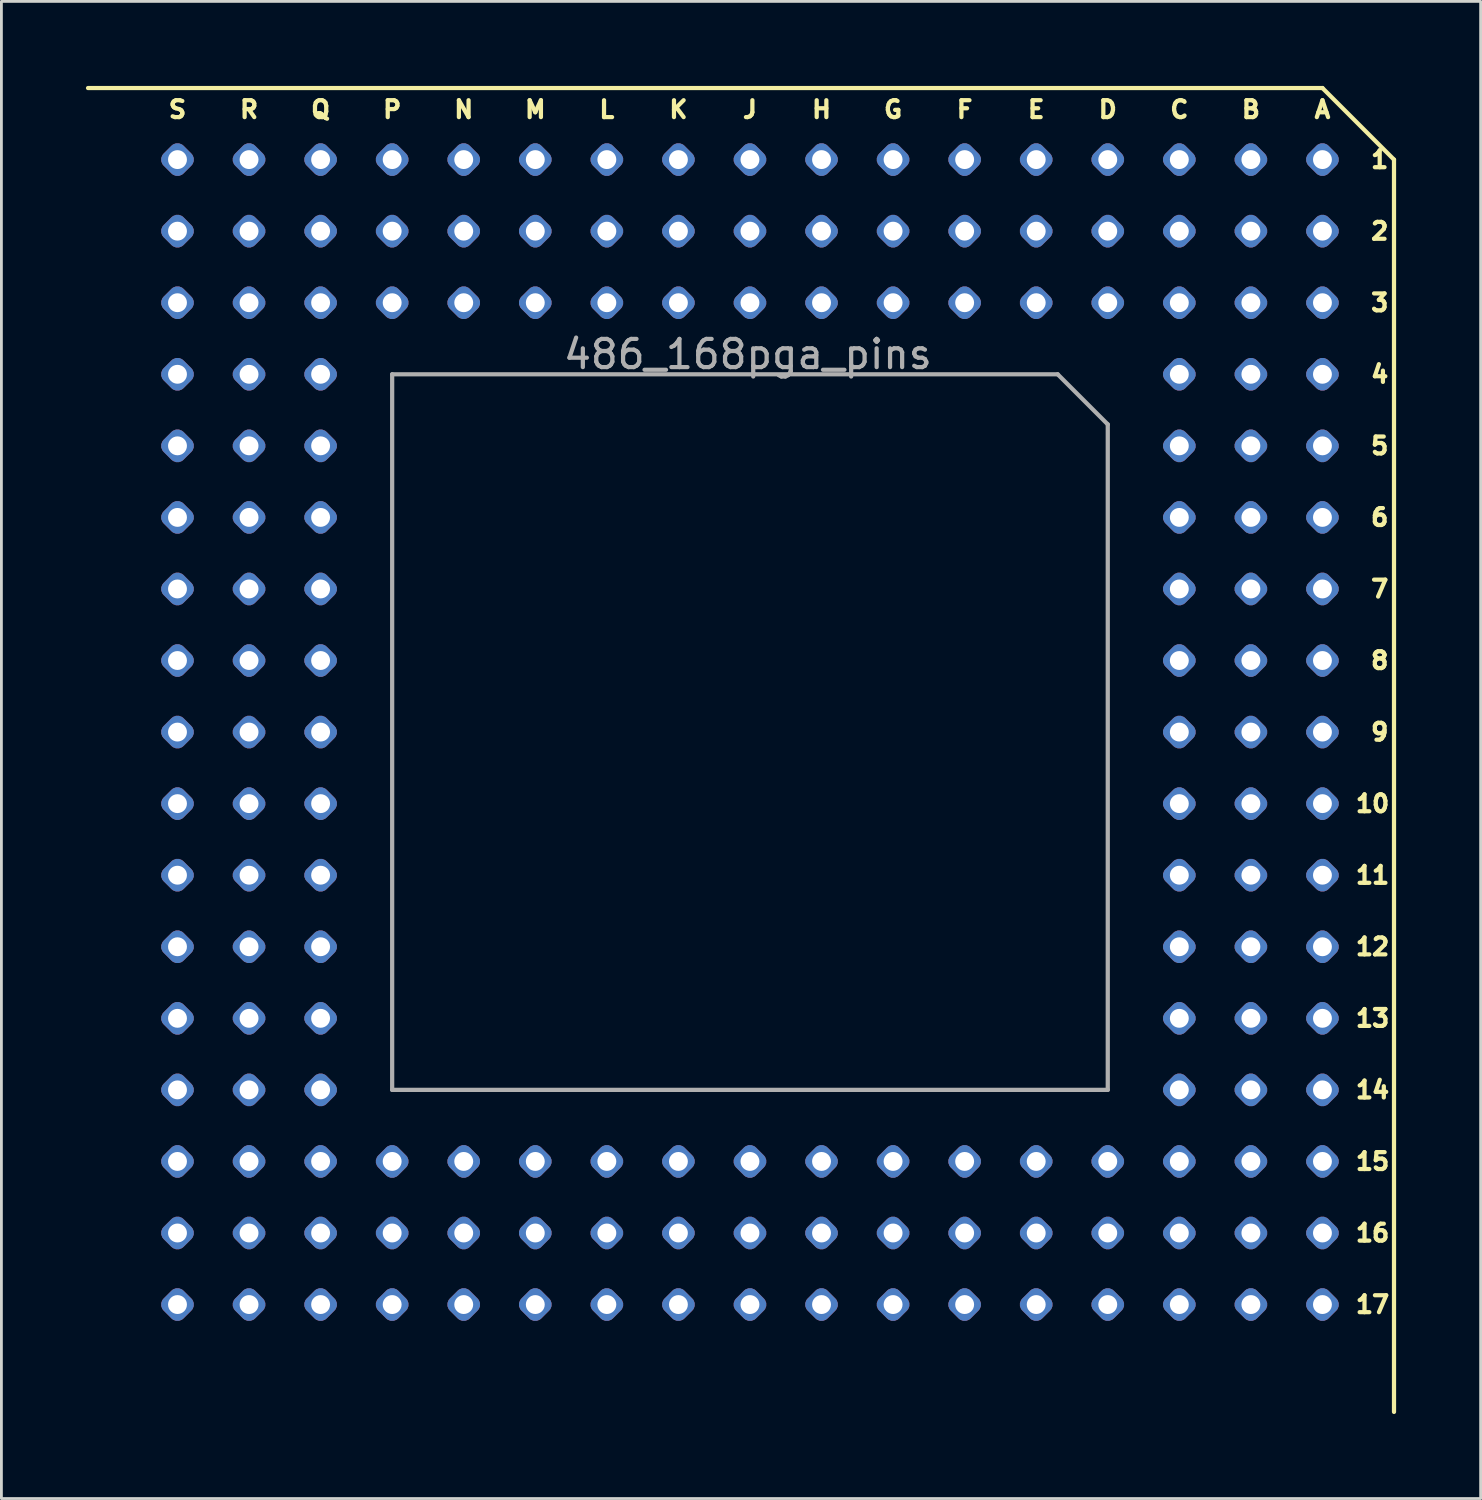
<source format=kicad_pcb>
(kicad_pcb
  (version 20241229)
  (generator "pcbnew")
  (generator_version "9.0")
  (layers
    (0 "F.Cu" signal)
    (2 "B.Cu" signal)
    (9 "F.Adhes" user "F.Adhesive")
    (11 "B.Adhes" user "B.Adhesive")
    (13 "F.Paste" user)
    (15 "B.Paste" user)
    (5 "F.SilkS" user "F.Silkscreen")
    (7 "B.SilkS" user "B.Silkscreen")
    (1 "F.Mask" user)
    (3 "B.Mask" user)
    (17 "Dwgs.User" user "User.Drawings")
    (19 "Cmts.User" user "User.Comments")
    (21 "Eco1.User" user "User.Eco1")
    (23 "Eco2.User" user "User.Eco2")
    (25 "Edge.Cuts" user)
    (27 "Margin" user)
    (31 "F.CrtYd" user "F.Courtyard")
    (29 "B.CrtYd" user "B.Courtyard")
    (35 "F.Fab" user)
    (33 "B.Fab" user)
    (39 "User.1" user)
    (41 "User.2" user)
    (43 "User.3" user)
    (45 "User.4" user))
  (footprint "486_168pga_pins"
    (layer "F.Cu")
    (at 43.89 2.615)
    (property "Reference" "486_168pga_pins" (at -20.395 6.91 0) (layer "F.Fab") (effects (font (size 1 1) (thickness 0.15))))
    (attr through_hole)
    (fp_line (start -43.815 -2.54) (end 0 -2.54) (stroke (width 0.15) (type solid)) (layer "F.SilkS"))
    (fp_line (start 0 -2.54) (end 2.54 0) (stroke (width 0.15) (type solid)) (layer "F.SilkS"))
    (fp_line (start 2.54 0) (end 2.54 44.45) (stroke (width 0.15) (type solid)) (layer "F.SilkS"))
    (fp_line (start -33.02 7.62) (end -33.02 33.02) (stroke (width 0.15) (type solid)) (layer "F.Fab"))
    (fp_line (start -33.02 33.02) (end -7.62 33.02) (stroke (width 0.15) (type solid)) (layer "F.Fab"))
    (fp_line (start -9.398 7.62) (end -33.02 7.62) (stroke (width 0.15) (type solid)) (layer "F.Fab"))
    (fp_line (start -9.398 7.62) (end -7.62 9.398) (stroke (width 0.15) (type solid)) (layer "F.Fab"))
    (fp_line (start -7.62 33.02) (end -7.62 9.398) (stroke (width 0.15) (type solid)) (layer "F.Fab"))
    (fp_text user "M" (at -27.94 -1.778 0) (layer "F.SilkS") (effects (font (size 0.6 0.6) (thickness 0.15))))
    (fp_text user "13" (at 1.778 30.48 0) (layer "F.SilkS") (effects (font (size 0.6 0.6) (thickness 0.15))))
    (fp_text user "15" (at 1.778 35.56 0) (layer "F.SilkS") (effects (font (size 0.6 0.6) (thickness 0.15))))
    (fp_text user "5" (at 2.032 10.16 0) (layer "F.SilkS") (effects (font (size 0.6 0.6) (thickness 0.15))))
    (fp_text user "12" (at 1.778 27.94 0) (layer "F.SilkS") (effects (font (size 0.6 0.6) (thickness 0.15))))
    (fp_text user "P" (at -33.02 -1.778 0) (layer "F.SilkS") (effects (font (size 0.6 0.6) (thickness 0.15))))
    (fp_text user "N" (at -30.48 -1.778 0) (layer "F.SilkS") (effects (font (size 0.6 0.6) (thickness 0.15))))
    (fp_text user "H" (at -17.78 -1.778 0) (layer "F.SilkS") (effects (font (size 0.6 0.6) (thickness 0.15))))
    (fp_text user "B" (at -2.54 -1.778 0) (layer "F.SilkS") (effects (font (size 0.6 0.6) (thickness 0.15))))
    (fp_text user "Q" (at -35.56 -1.778 0) (layer "F.SilkS") (effects (font (size 0.6 0.6) (thickness 0.15))))
    (fp_text user "A" (at 0 -1.778 0) (layer "F.SilkS") (effects (font (size 0.6 0.6) (thickness 0.15))))
    (fp_text user "S" (at -40.64 -1.778 0) (layer "F.SilkS") (effects (font (size 0.6 0.6) (thickness 0.15))))
    (fp_text user "J" (at -20.32 -1.778 0) (layer "F.SilkS") (effects (font (size 0.6 0.6) (thickness 0.15))))
    (fp_text user "F" (at -12.7 -1.778 0) (layer "F.SilkS") (effects (font (size 0.6 0.6) (thickness 0.15))))
    (fp_text user "R" (at -38.1 -1.778 0) (layer "F.SilkS") (effects (font (size 0.6 0.6) (thickness 0.15))))
    (fp_text user "K" (at -22.86 -1.778 0) (layer "F.SilkS") (effects (font (size 0.6 0.6) (thickness 0.15))))
    (fp_text user "3" (at 2.032 5.08 0) (layer "F.SilkS") (effects (font (size 0.6 0.6) (thickness 0.15))))
    (fp_text user "2" (at 2.032 2.54 0) (layer "F.SilkS") (effects (font (size 0.6 0.6) (thickness 0.15))))
    (fp_text user "11" (at 1.778 25.4 0) (layer "F.SilkS") (effects (font (size 0.6 0.6) (thickness 0.15))))
    (fp_text user "D" (at -7.62 -1.778 0) (layer "F.SilkS") (effects (font (size 0.6 0.6) (thickness 0.15))))
    (fp_text user "G" (at -15.24 -1.778 0) (layer "F.SilkS") (effects (font (size 0.6 0.6) (thickness 0.15))))
    (fp_text user "1" (at 2.032 0 0) (layer "F.SilkS") (effects (font (size 0.6 0.6) (thickness 0.15))))
    (fp_text user "7" (at 2.032 15.24 0) (layer "F.SilkS") (effects (font (size 0.6 0.6) (thickness 0.15))))
    (fp_text user "10" (at 1.778 22.86 0) (layer "F.SilkS") (effects (font (size 0.6 0.6) (thickness 0.15))))
    (fp_text user "16" (at 1.778 38.1 0) (layer "F.SilkS") (effects (font (size 0.6 0.6) (thickness 0.15))))
    (fp_text user "L" (at -25.4 -1.778 0) (layer "F.SilkS") (effects (font (size 0.6 0.6) (thickness 0.15))))
    (fp_text user "4" (at 2.032 7.62 0) (layer "F.SilkS") (effects (font (size 0.6 0.6) (thickness 0.15))))
    (fp_text user "E" (at -10.16 -1.778 0) (layer "F.SilkS") (effects (font (size 0.6 0.6) (thickness 0.15))))
    (fp_text user "6" (at 2.032 12.7 0) (layer "F.SilkS") (effects (font (size 0.6 0.6) (thickness 0.15))))
    (fp_text user "8" (at 2.032 17.78 0) (layer "F.SilkS") (effects (font (size 0.6 0.6) (thickness 0.15))))
    (fp_text user "17" (at 1.778 40.64 0) (layer "F.SilkS") (effects (font (size 0.6 0.6) (thickness 0.15))))
    (fp_text user "C" (at -5.08 -1.778 0) (layer "F.SilkS") (effects (font (size 0.6 0.6) (thickness 0.15))))
    (fp_text user "9" (at 2.032 20.32 0) (layer "F.SilkS") (effects (font (size 0.6 0.6) (thickness 0.15))))
    (fp_text user "14" (at 1.778 33.02 0) (layer "F.SilkS") (effects (font (size 0.6 0.6) (thickness 0.15))))
    (pad "A1" thru_hole roundrect (at 0 0 45) (size 1 1) (drill 0.67) (layers "*.Cu" "*.Mask") (roundrect_rratio 0.3))
    (pad "A2" thru_hole roundrect (at 0 2.54 45) (size 1 1) (drill 0.67) (layers "*.Cu" "*.Mask") (roundrect_rratio 0.3))
    (pad "A3" thru_hole roundrect (at 0 5.08 45) (size 1 1) (drill 0.67) (layers "*.Cu" "*.Mask") (roundrect_rratio 0.3))
    (pad "A4" thru_hole roundrect (at 0 7.62 45) (size 1 1) (drill 0.67) (layers "*.Cu" "*.Mask") (roundrect_rratio 0.3))
    (pad "A5" thru_hole roundrect (at 0 10.16 45) (size 1 1) (drill 0.67) (layers "*.Cu" "*.Mask") (roundrect_rratio 0.3))
    (pad "A6" thru_hole roundrect (at 0 12.7 45) (size 1 1) (drill 0.67) (layers "*.Cu" "*.Mask") (roundrect_rratio 0.3))
    (pad "A7" thru_hole roundrect (at 0 15.24 45) (size 1 1) (drill 0.67) (layers "*.Cu" "*.Mask") (roundrect_rratio 0.3))
    (pad "A8" thru_hole roundrect (at 0 17.78 45) (size 1 1) (drill 0.67) (layers "*.Cu" "*.Mask") (roundrect_rratio 0.3))
    (pad "A9" thru_hole roundrect (at 0 20.32 45) (size 1 1) (drill 0.67) (layers "*.Cu" "*.Mask") (roundrect_rratio 0.3))
    (pad "A10" thru_hole roundrect (at 0 22.86 45) (size 1 1) (drill 0.67) (layers "*.Cu" "*.Mask") (roundrect_rratio 0.3))
    (pad "A11" thru_hole roundrect (at 0 25.4 45) (size 1 1) (drill 0.67) (layers "*.Cu" "*.Mask") (roundrect_rratio 0.3))
    (pad "A12" thru_hole roundrect (at 0 27.94 45) (size 1 1) (drill 0.67) (layers "*.Cu" "*.Mask") (roundrect_rratio 0.3))
    (pad "A13" thru_hole roundrect (at 0 30.48 45) (size 1 1) (drill 0.67) (layers "*.Cu" "*.Mask") (roundrect_rratio 0.3))
    (pad "A14" thru_hole roundrect (at 0 33.02 45) (size 1 1) (drill 0.67) (layers "*.Cu" "*.Mask") (roundrect_rratio 0.3))
    (pad "A15" thru_hole roundrect (at 0 35.56 45) (size 1 1) (drill 0.67) (layers "*.Cu" "*.Mask") (roundrect_rratio 0.3))
    (pad "A16" thru_hole roundrect (at 0 38.1 45) (size 1 1) (drill 0.67) (layers "*.Cu" "*.Mask") (roundrect_rratio 0.3))
    (pad "A17" thru_hole roundrect (at 0 40.64 45) (size 1 1) (drill 0.67) (layers "*.Cu" "*.Mask") (roundrect_rratio 0.3))
    (pad "B1" thru_hole roundrect (at -2.54 0 45) (size 1 1) (drill 0.67) (layers "*.Cu" "*.Mask") (roundrect_rratio 0.3))
    (pad "B2" thru_hole roundrect (at -2.54 2.54 45) (size 1 1) (drill 0.67) (layers "*.Cu" "*.Mask") (roundrect_rratio 0.3))
    (pad "B3" thru_hole roundrect (at -2.54 5.08 45) (size 1 1) (drill 0.67) (layers "*.Cu" "*.Mask") (roundrect_rratio 0.3))
    (pad "B4" thru_hole roundrect (at -2.54 7.62 45) (size 1 1) (drill 0.67) (layers "*.Cu" "*.Mask") (roundrect_rratio 0.3))
    (pad "B5" thru_hole roundrect (at -2.54 10.16 45) (size 1 1) (drill 0.67) (layers "*.Cu" "*.Mask") (roundrect_rratio 0.3))
    (pad "B6" thru_hole roundrect (at -2.54 12.7 45) (size 1 1) (drill 0.67) (layers "*.Cu" "*.Mask") (roundrect_rratio 0.3))
    (pad "B7" thru_hole roundrect (at -2.54 15.24 45) (size 1 1) (drill 0.67) (layers "*.Cu" "*.Mask") (roundrect_rratio 0.3))
    (pad "B8" thru_hole roundrect (at -2.54 17.78 45) (size 1 1) (drill 0.67) (layers "*.Cu" "*.Mask") (roundrect_rratio 0.3))
    (pad "B9" thru_hole roundrect (at -2.54 20.32 45) (size 1 1) (drill 0.67) (layers "*.Cu" "*.Mask") (roundrect_rratio 0.3))
    (pad "B10" thru_hole roundrect (at -2.54 22.86 45) (size 1 1) (drill 0.67) (layers "*.Cu" "*.Mask") (roundrect_rratio 0.3))
    (pad "B11" thru_hole roundrect (at -2.54 25.4 45) (size 1 1) (drill 0.67) (layers "*.Cu" "*.Mask") (roundrect_rratio 0.3))
    (pad "B12" thru_hole roundrect (at -2.54 27.94 45) (size 1 1) (drill 0.67) (layers "*.Cu" "*.Mask") (roundrect_rratio 0.3))
    (pad "B13" thru_hole roundrect (at -2.54 30.48 45) (size 1 1) (drill 0.67) (layers "*.Cu" "*.Mask") (roundrect_rratio 0.3))
    (pad "B14" thru_hole roundrect (at -2.54 33.02 45) (size 1 1) (drill 0.67) (layers "*.Cu" "*.Mask") (roundrect_rratio 0.3))
    (pad "B15" thru_hole roundrect (at -2.54 35.56 45) (size 1 1) (drill 0.67) (layers "*.Cu" "*.Mask") (roundrect_rratio 0.3))
    (pad "B16" thru_hole roundrect (at -2.54 38.1 45) (size 1 1) (drill 0.67) (layers "*.Cu" "*.Mask") (roundrect_rratio 0.3))
    (pad "B17" thru_hole roundrect (at -2.54 40.64 45) (size 1 1) (drill 0.67) (layers "*.Cu" "*.Mask") (roundrect_rratio 0.3))
    (pad "C1" thru_hole roundrect (at -5.08 0 45) (size 1 1) (drill 0.67) (layers "*.Cu" "*.Mask") (roundrect_rratio 0.3))
    (pad "C2" thru_hole roundrect (at -5.08 2.54 45) (size 1 1) (drill 0.67) (layers "*.Cu" "*.Mask") (roundrect_rratio 0.3))
    (pad "C3" thru_hole roundrect (at -5.08 5.08 45) (size 1 1) (drill 0.67) (layers "*.Cu" "*.Mask") (roundrect_rratio 0.3))
    (pad "C4" thru_hole roundrect (at -5.08 7.62 45) (size 1 1) (drill 0.67) (layers "*.Cu" "*.Mask") (roundrect_rratio 0.3))
    (pad "C5" thru_hole roundrect (at -5.08 10.16 45) (size 1 1) (drill 0.67) (layers "*.Cu" "*.Mask") (roundrect_rratio 0.3))
    (pad "C6" thru_hole roundrect (at -5.08 12.7 45) (size 1 1) (drill 0.67) (layers "*.Cu" "*.Mask") (roundrect_rratio 0.3))
    (pad "C7" thru_hole roundrect (at -5.08 15.24 45) (size 1 1) (drill 0.67) (layers "*.Cu" "*.Mask") (roundrect_rratio 0.3))
    (pad "C8" thru_hole roundrect (at -5.08 17.78 45) (size 1 1) (drill 0.67) (layers "*.Cu" "*.Mask") (roundrect_rratio 0.3))
    (pad "C9" thru_hole roundrect (at -5.08 20.32 45) (size 1 1) (drill 0.67) (layers "*.Cu" "*.Mask") (roundrect_rratio 0.3))
    (pad "C10" thru_hole roundrect (at -5.08 22.86 45) (size 1 1) (drill 0.67) (layers "*.Cu" "*.Mask") (roundrect_rratio 0.3))
    (pad "C11" thru_hole roundrect (at -5.08 25.4 45) (size 1 1) (drill 0.67) (layers "*.Cu" "*.Mask") (roundrect_rratio 0.3))
    (pad "C12" thru_hole roundrect (at -5.08 27.94 45) (size 1 1) (drill 0.67) (layers "*.Cu" "*.Mask") (roundrect_rratio 0.3))
    (pad "C13" thru_hole roundrect (at -5.08 30.48 45) (size 1 1) (drill 0.67) (layers "*.Cu" "*.Mask") (roundrect_rratio 0.3))
    (pad "C14" thru_hole roundrect (at -5.08 33.02 45) (size 1 1) (drill 0.67) (layers "*.Cu" "*.Mask") (roundrect_rratio 0.3))
    (pad "C15" thru_hole roundrect (at -5.08 35.56 45) (size 1 1) (drill 0.67) (layers "*.Cu" "*.Mask") (roundrect_rratio 0.3))
    (pad "C16" thru_hole roundrect (at -5.08 38.1 45) (size 1 1) (drill 0.67) (layers "*.Cu" "*.Mask") (roundrect_rratio 0.3))
    (pad "C17" thru_hole roundrect (at -5.08 40.64 45) (size 1 1) (drill 0.67) (layers "*.Cu" "*.Mask") (roundrect_rratio 0.3))
    (pad "D1" thru_hole roundrect (at -7.62 0 45) (size 1 1) (drill 0.67) (layers "*.Cu" "*.Mask") (roundrect_rratio 0.3))
    (pad "D2" thru_hole roundrect (at -7.62 2.54 45) (size 1 1) (drill 0.67) (layers "*.Cu" "*.Mask") (roundrect_rratio 0.3))
    (pad "D3" thru_hole roundrect (at -7.62 5.08 45) (size 1 1) (drill 0.67) (layers "*.Cu" "*.Mask") (roundrect_rratio 0.3))
    (pad "D15" thru_hole roundrect (at -7.62 35.56 45) (size 1 1) (drill 0.67) (layers "*.Cu" "*.Mask") (roundrect_rratio 0.3))
    (pad "D16" thru_hole roundrect (at -7.62 38.1 45) (size 1 1) (drill 0.67) (layers "*.Cu" "*.Mask") (roundrect_rratio 0.3))
    (pad "D17" thru_hole roundrect (at -7.62 40.64 45) (size 1 1) (drill 0.67) (layers "*.Cu" "*.Mask") (roundrect_rratio 0.3))
    (pad "E1" thru_hole roundrect (at -10.16 0 45) (size 1 1) (drill 0.67) (layers "*.Cu" "*.Mask") (roundrect_rratio 0.3))
    (pad "E2" thru_hole roundrect (at -10.16 2.54 45) (size 1 1) (drill 0.67) (layers "*.Cu" "*.Mask") (roundrect_rratio 0.3))
    (pad "E3" thru_hole roundrect (at -10.16 5.08 45) (size 1 1) (drill 0.67) (layers "*.Cu" "*.Mask") (roundrect_rratio 0.3))
    (pad "E15" thru_hole roundrect (at -10.16 35.56 45) (size 1 1) (drill 0.67) (layers "*.Cu" "*.Mask") (roundrect_rratio 0.3))
    (pad "E16" thru_hole roundrect (at -10.16 38.1 45) (size 1 1) (drill 0.67) (layers "*.Cu" "*.Mask") (roundrect_rratio 0.3))
    (pad "E17" thru_hole roundrect (at -10.16 40.64 45) (size 1 1) (drill 0.67) (layers "*.Cu" "*.Mask") (roundrect_rratio 0.3))
    (pad "F1" thru_hole roundrect (at -12.7 0 45) (size 1 1) (drill 0.67) (layers "*.Cu" "*.Mask") (roundrect_rratio 0.3))
    (pad "F2" thru_hole roundrect (at -12.7 2.54 45) (size 1 1) (drill 0.67) (layers "*.Cu" "*.Mask") (roundrect_rratio 0.3))
    (pad "F3" thru_hole roundrect (at -12.7 5.08 45) (size 1 1) (drill 0.67) (layers "*.Cu" "*.Mask") (roundrect_rratio 0.3))
    (pad "F15" thru_hole roundrect (at -12.7 35.56 45) (size 1 1) (drill 0.67) (layers "*.Cu" "*.Mask") (roundrect_rratio 0.3))
    (pad "F16" thru_hole roundrect (at -12.7 38.1 45) (size 1 1) (drill 0.67) (layers "*.Cu" "*.Mask") (roundrect_rratio 0.3))
    (pad "F17" thru_hole roundrect (at -12.7 40.64 45) (size 1 1) (drill 0.67) (layers "*.Cu" "*.Mask") (roundrect_rratio 0.3))
    (pad "G1" thru_hole roundrect (at -15.24 0 45) (size 1 1) (drill 0.67) (layers "*.Cu" "*.Mask") (roundrect_rratio 0.3))
    (pad "G2" thru_hole roundrect (at -15.24 2.54 45) (size 1 1) (drill 0.67) (layers "*.Cu" "*.Mask") (roundrect_rratio 0.3))
    (pad "G3" thru_hole roundrect (at -15.24 5.08 45) (size 1 1) (drill 0.67) (layers "*.Cu" "*.Mask") (roundrect_rratio 0.3))
    (pad "G15" thru_hole roundrect (at -15.24 35.56 45) (size 1 1) (drill 0.67) (layers "*.Cu" "*.Mask") (roundrect_rratio 0.3))
    (pad "G16" thru_hole roundrect (at -15.24 38.1 45) (size 1 1) (drill 0.67) (layers "*.Cu" "*.Mask") (roundrect_rratio 0.3))
    (pad "G17" thru_hole roundrect (at -15.24 40.64 45) (size 1 1) (drill 0.67) (layers "*.Cu" "*.Mask") (roundrect_rratio 0.3))
    (pad "H1" thru_hole roundrect (at -17.78 0 45) (size 1 1) (drill 0.67) (layers "*.Cu" "*.Mask") (roundrect_rratio 0.3))
    (pad "H2" thru_hole roundrect (at -17.78 2.54 45) (size 1 1) (drill 0.67) (layers "*.Cu" "*.Mask") (roundrect_rratio 0.3))
    (pad "H3" thru_hole roundrect (at -17.78 5.08 45) (size 1 1) (drill 0.67) (layers "*.Cu" "*.Mask") (roundrect_rratio 0.3))
    (pad "H15" thru_hole roundrect (at -17.78 35.56 45) (size 1 1) (drill 0.67) (layers "*.Cu" "*.Mask") (roundrect_rratio 0.3))
    (pad "H16" thru_hole roundrect (at -17.78 38.1 45) (size 1 1) (drill 0.67) (layers "*.Cu" "*.Mask") (roundrect_rratio 0.3))
    (pad "H17" thru_hole roundrect (at -17.78 40.64 45) (size 1 1) (drill 0.67) (layers "*.Cu" "*.Mask") (roundrect_rratio 0.3))
    (pad "J1" thru_hole roundrect (at -20.32 0 45) (size 1 1) (drill 0.67) (layers "*.Cu" "*.Mask") (roundrect_rratio 0.3))
    (pad "J2" thru_hole roundrect (at -20.32 2.54 45) (size 1 1) (drill 0.67) (layers "*.Cu" "*.Mask") (roundrect_rratio 0.3))
    (pad "J3" thru_hole roundrect (at -20.32 5.08 45) (size 1 1) (drill 0.67) (layers "*.Cu" "*.Mask") (roundrect_rratio 0.3))
    (pad "J15" thru_hole roundrect (at -20.32 35.56 45) (size 1 1) (drill 0.67) (layers "*.Cu" "*.Mask") (roundrect_rratio 0.3))
    (pad "J16" thru_hole roundrect (at -20.32 38.1 45) (size 1 1) (drill 0.67) (layers "*.Cu" "*.Mask") (roundrect_rratio 0.3))
    (pad "J17" thru_hole roundrect (at -20.32 40.64 45) (size 1 1) (drill 0.67) (layers "*.Cu" "*.Mask") (roundrect_rratio 0.3))
    (pad "K1" thru_hole roundrect (at -22.86 0 45) (size 1 1) (drill 0.67) (layers "*.Cu" "*.Mask") (roundrect_rratio 0.3))
    (pad "K2" thru_hole roundrect (at -22.86 2.54 45) (size 1 1) (drill 0.67) (layers "*.Cu" "*.Mask") (roundrect_rratio 0.3))
    (pad "K3" thru_hole roundrect (at -22.86 5.08 45) (size 1 1) (drill 0.67) (layers "*.Cu" "*.Mask") (roundrect_rratio 0.3))
    (pad "K15" thru_hole roundrect (at -22.86 35.56 45) (size 1 1) (drill 0.67) (layers "*.Cu" "*.Mask") (roundrect_rratio 0.3))
    (pad "K16" thru_hole roundrect (at -22.86 38.1 45) (size 1 1) (drill 0.67) (layers "*.Cu" "*.Mask") (roundrect_rratio 0.3))
    (pad "K17" thru_hole roundrect (at -22.86 40.64 45) (size 1 1) (drill 0.67) (layers "*.Cu" "*.Mask") (roundrect_rratio 0.3))
    (pad "L1" thru_hole roundrect (at -25.4 0 45) (size 1 1) (drill 0.67) (layers "*.Cu" "*.Mask") (roundrect_rratio 0.3))
    (pad "L2" thru_hole roundrect (at -25.4 2.54 45) (size 1 1) (drill 0.67) (layers "*.Cu" "*.Mask") (roundrect_rratio 0.3))
    (pad "L3" thru_hole roundrect (at -25.4 5.08 45) (size 1 1) (drill 0.67) (layers "*.Cu" "*.Mask") (roundrect_rratio 0.3))
    (pad "L15" thru_hole roundrect (at -25.4 35.56 45) (size 1 1) (drill 0.67) (layers "*.Cu" "*.Mask") (roundrect_rratio 0.3))
    (pad "L16" thru_hole roundrect (at -25.4 38.1 45) (size 1 1) (drill 0.67) (layers "*.Cu" "*.Mask") (roundrect_rratio 0.3))
    (pad "L17" thru_hole roundrect (at -25.4 40.64 45) (size 1 1) (drill 0.67) (layers "*.Cu" "*.Mask") (roundrect_rratio 0.3))
    (pad "M1" thru_hole roundrect (at -27.94 0 45) (size 1 1) (drill 0.67) (layers "*.Cu" "*.Mask") (roundrect_rratio 0.3))
    (pad "M2" thru_hole roundrect (at -27.94 2.54 45) (size 1 1) (drill 0.67) (layers "*.Cu" "*.Mask") (roundrect_rratio 0.3))
    (pad "M3" thru_hole roundrect (at -27.94 5.08 45) (size 1 1) (drill 0.67) (layers "*.Cu" "*.Mask") (roundrect_rratio 0.3))
    (pad "M15" thru_hole roundrect (at -27.94 35.56 45) (size 1 1) (drill 0.67) (layers "*.Cu" "*.Mask") (roundrect_rratio 0.3))
    (pad "M16" thru_hole roundrect (at -27.94 38.1 45) (size 1 1) (drill 0.67) (layers "*.Cu" "*.Mask") (roundrect_rratio 0.3))
    (pad "M17" thru_hole roundrect (at -27.94 40.64 45) (size 1 1) (drill 0.67) (layers "*.Cu" "*.Mask") (roundrect_rratio 0.3))
    (pad "N1" thru_hole roundrect (at -30.48 0 45) (size 1 1) (drill 0.67) (layers "*.Cu" "*.Mask") (roundrect_rratio 0.3))
    (pad "N2" thru_hole roundrect (at -30.48 2.54 45) (size 1 1) (drill 0.67) (layers "*.Cu" "*.Mask") (roundrect_rratio 0.3))
    (pad "N3" thru_hole roundrect (at -30.48 5.08 45) (size 1 1) (drill 0.67) (layers "*.Cu" "*.Mask") (roundrect_rratio 0.3))
    (pad "N15" thru_hole roundrect (at -30.48 35.56 45) (size 1 1) (drill 0.67) (layers "*.Cu" "*.Mask") (roundrect_rratio 0.3))
    (pad "N16" thru_hole roundrect (at -30.48 38.1 45) (size 1 1) (drill 0.67) (layers "*.Cu" "*.Mask") (roundrect_rratio 0.3))
    (pad "N17" thru_hole roundrect (at -30.48 40.64 45) (size 1 1) (drill 0.67) (layers "*.Cu" "*.Mask") (roundrect_rratio 0.3))
    (pad "P1" thru_hole roundrect (at -33.02 0 45) (size 1 1) (drill 0.67) (layers "*.Cu" "*.Mask") (roundrect_rratio 0.3))
    (pad "P2" thru_hole roundrect (at -33.02 2.54 45) (size 1 1) (drill 0.67) (layers "*.Cu" "*.Mask") (roundrect_rratio 0.3))
    (pad "P3" thru_hole roundrect (at -33.02 5.08 45) (size 1 1) (drill 0.67) (layers "*.Cu" "*.Mask") (roundrect_rratio 0.3))
    (pad "P15" thru_hole roundrect (at -33.02 35.56 45) (size 1 1) (drill 0.67) (layers "*.Cu" "*.Mask") (roundrect_rratio 0.3))
    (pad "P16" thru_hole roundrect (at -33.02 38.1 45) (size 1 1) (drill 0.67) (layers "*.Cu" "*.Mask") (roundrect_rratio 0.3))
    (pad "P17" thru_hole roundrect (at -33.02 40.64 45) (size 1 1) (drill 0.67) (layers "*.Cu" "*.Mask") (roundrect_rratio 0.3))
    (pad "Q1" thru_hole roundrect (at -35.56 0 45) (size 1 1) (drill 0.67) (layers "*.Cu" "*.Mask") (roundrect_rratio 0.3))
    (pad "Q2" thru_hole roundrect (at -35.56 2.54 45) (size 1 1) (drill 0.67) (layers "*.Cu" "*.Mask") (roundrect_rratio 0.3))
    (pad "Q3" thru_hole roundrect (at -35.56 5.08 45) (size 1 1) (drill 0.67) (layers "*.Cu" "*.Mask") (roundrect_rratio 0.3))
    (pad "Q4" thru_hole roundrect (at -35.56 7.62 45) (size 1 1) (drill 0.67) (layers "*.Cu" "*.Mask") (roundrect_rratio 0.3))
    (pad "Q5" thru_hole roundrect (at -35.56 10.16 45) (size 1 1) (drill 0.67) (layers "*.Cu" "*.Mask") (roundrect_rratio 0.3))
    (pad "Q6" thru_hole roundrect (at -35.56 12.7 45) (size 1 1) (drill 0.67) (layers "*.Cu" "*.Mask") (roundrect_rratio 0.3))
    (pad "Q7" thru_hole roundrect (at -35.56 15.24 45) (size 1 1) (drill 0.67) (layers "*.Cu" "*.Mask") (roundrect_rratio 0.3))
    (pad "Q8" thru_hole roundrect (at -35.56 17.78 45) (size 1 1) (drill 0.67) (layers "*.Cu" "*.Mask") (roundrect_rratio 0.3))
    (pad "Q9" thru_hole roundrect (at -35.56 20.32 45) (size 1 1) (drill 0.67) (layers "*.Cu" "*.Mask") (roundrect_rratio 0.3))
    (pad "Q10" thru_hole roundrect (at -35.56 22.86 45) (size 1 1) (drill 0.67) (layers "*.Cu" "*.Mask") (roundrect_rratio 0.3))
    (pad "Q11" thru_hole roundrect (at -35.56 25.4 45) (size 1 1) (drill 0.67) (layers "*.Cu" "*.Mask") (roundrect_rratio 0.3))
    (pad "Q12" thru_hole roundrect (at -35.56 27.94 45) (size 1 1) (drill 0.67) (layers "*.Cu" "*.Mask") (roundrect_rratio 0.3))
    (pad "Q13" thru_hole roundrect (at -35.56 30.48 45) (size 1 1) (drill 0.67) (layers "*.Cu" "*.Mask") (roundrect_rratio 0.3))
    (pad "Q14" thru_hole roundrect (at -35.56 33.02 45) (size 1 1) (drill 0.67) (layers "*.Cu" "*.Mask") (roundrect_rratio 0.3))
    (pad "Q15" thru_hole roundrect (at -35.56 35.56 45) (size 1 1) (drill 0.67) (layers "*.Cu" "*.Mask") (roundrect_rratio 0.3))
    (pad "Q16" thru_hole roundrect (at -35.56 38.1 45) (size 1 1) (drill 0.67) (layers "*.Cu" "*.Mask") (roundrect_rratio 0.3))
    (pad "Q17" thru_hole roundrect (at -35.56 40.64 45) (size 1 1) (drill 0.67) (layers "*.Cu" "*.Mask") (roundrect_rratio 0.3))
    (pad "R1" thru_hole roundrect (at -38.1 0 45) (size 1 1) (drill 0.67) (layers "*.Cu" "*.Mask") (roundrect_rratio 0.3))
    (pad "R2" thru_hole roundrect (at -38.1 2.54 45) (size 1 1) (drill 0.67) (layers "*.Cu" "*.Mask") (roundrect_rratio 0.3))
    (pad "R3" thru_hole roundrect (at -38.1 5.08 45) (size 1 1) (drill 0.67) (layers "*.Cu" "*.Mask") (roundrect_rratio 0.3))
    (pad "R4" thru_hole roundrect (at -38.1 7.62 45) (size 1 1) (drill 0.67) (layers "*.Cu" "*.Mask") (roundrect_rratio 0.3))
    (pad "R5" thru_hole roundrect (at -38.1 10.16 45) (size 1 1) (drill 0.67) (layers "*.Cu" "*.Mask") (roundrect_rratio 0.3))
    (pad "R6" thru_hole roundrect (at -38.1 12.7 45) (size 1 1) (drill 0.67) (layers "*.Cu" "*.Mask") (roundrect_rratio 0.3))
    (pad "R7" thru_hole roundrect (at -38.1 15.24 45) (size 1 1) (drill 0.67) (layers "*.Cu" "*.Mask") (roundrect_rratio 0.3))
    (pad "R8" thru_hole roundrect (at -38.1 17.78 45) (size 1 1) (drill 0.67) (layers "*.Cu" "*.Mask") (roundrect_rratio 0.3))
    (pad "R9" thru_hole roundrect (at -38.1 20.32 45) (size 1 1) (drill 0.67) (layers "*.Cu" "*.Mask") (roundrect_rratio 0.3))
    (pad "R10" thru_hole roundrect (at -38.1 22.86 45) (size 1 1) (drill 0.67) (layers "*.Cu" "*.Mask") (roundrect_rratio 0.3))
    (pad "R11" thru_hole roundrect (at -38.1 25.4 45) (size 1 1) (drill 0.67) (layers "*.Cu" "*.Mask") (roundrect_rratio 0.3))
    (pad "R12" thru_hole roundrect (at -38.1 27.94 45) (size 1 1) (drill 0.67) (layers "*.Cu" "*.Mask") (roundrect_rratio 0.3))
    (pad "R13" thru_hole roundrect (at -38.1 30.48 45) (size 1 1) (drill 0.67) (layers "*.Cu" "*.Mask") (roundrect_rratio 0.3))
    (pad "R14" thru_hole roundrect (at -38.1 33.02 45) (size 1 1) (drill 0.67) (layers "*.Cu" "*.Mask") (roundrect_rratio 0.3))
    (pad "R15" thru_hole roundrect (at -38.1 35.56 45) (size 1 1) (drill 0.67) (layers "*.Cu" "*.Mask") (roundrect_rratio 0.3))
    (pad "R16" thru_hole roundrect (at -38.1 38.1 45) (size 1 1) (drill 0.67) (layers "*.Cu" "*.Mask") (roundrect_rratio 0.3))
    (pad "R17" thru_hole roundrect (at -38.1 40.64 45) (size 1 1) (drill 0.67) (layers "*.Cu" "*.Mask") (roundrect_rratio 0.3))
    (pad "S1" thru_hole roundrect (at -40.64 0 45) (size 1 1) (drill 0.67) (layers "*.Cu" "*.Mask") (roundrect_rratio 0.3))
    (pad "S2" thru_hole roundrect (at -40.64 2.54 45) (size 1 1) (drill 0.67) (layers "*.Cu" "*.Mask") (roundrect_rratio 0.3))
    (pad "S3" thru_hole roundrect (at -40.64 5.08 45) (size 1 1) (drill 0.67) (layers "*.Cu" "*.Mask") (roundrect_rratio 0.3))
    (pad "S4" thru_hole roundrect (at -40.64 7.62 45) (size 1 1) (drill 0.67) (layers "*.Cu" "*.Mask") (roundrect_rratio 0.3))
    (pad "S5" thru_hole roundrect (at -40.64 10.16 45) (size 1 1) (drill 0.67) (layers "*.Cu" "*.Mask") (roundrect_rratio 0.3))
    (pad "S6" thru_hole roundrect (at -40.64 12.7 45) (size 1 1) (drill 0.67) (layers "*.Cu" "*.Mask") (roundrect_rratio 0.3))
    (pad "S7" thru_hole roundrect (at -40.64 15.24 45) (size 1 1) (drill 0.67) (layers "*.Cu" "*.Mask") (roundrect_rratio 0.3))
    (pad "S8" thru_hole roundrect (at -40.64 17.78 45) (size 1 1) (drill 0.67) (layers "*.Cu" "*.Mask") (roundrect_rratio 0.3))
    (pad "S9" thru_hole roundrect (at -40.64 20.32 45) (size 1 1) (drill 0.67) (layers "*.Cu" "*.Mask") (roundrect_rratio 0.3))
    (pad "S10" thru_hole roundrect (at -40.64 22.86 45) (size 1 1) (drill 0.67) (layers "*.Cu" "*.Mask") (roundrect_rratio 0.3))
    (pad "S11" thru_hole roundrect (at -40.64 25.4 45) (size 1 1) (drill 0.67) (layers "*.Cu" "*.Mask") (roundrect_rratio 0.3))
    (pad "S12" thru_hole roundrect (at -40.64 27.94 45) (size 1 1) (drill 0.67) (layers "*.Cu" "*.Mask") (roundrect_rratio 0.3))
    (pad "S13" thru_hole roundrect (at -40.64 30.48 45) (size 1 1) (drill 0.67) (layers "*.Cu" "*.Mask") (roundrect_rratio 0.3))
    (pad "S14" thru_hole roundrect (at -40.64 33.02 45) (size 1 1) (drill 0.67) (layers "*.Cu" "*.Mask") (roundrect_rratio 0.3))
    (pad "S15" thru_hole roundrect (at -40.64 35.56 45) (size 1 1) (drill 0.67) (layers "*.Cu" "*.Mask") (roundrect_rratio 0.3))
    (pad "S16" thru_hole roundrect (at -40.64 38.1 45) (size 1 1) (drill 0.67) (layers "*.Cu" "*.Mask") (roundrect_rratio 0.3))
    (pad "S17" thru_hole roundrect (at -40.64 40.64 45) (size 1 1) (drill 0.67) (layers "*.Cu" "*.Mask") (roundrect_rratio 0.3)))
  (gr_rect
    (start -3 -3)
    (end 49.505 50.14)
    (stroke (width 0.1) (type default))
    (fill no)
    (layer "Edge.Cuts")))
</source>
